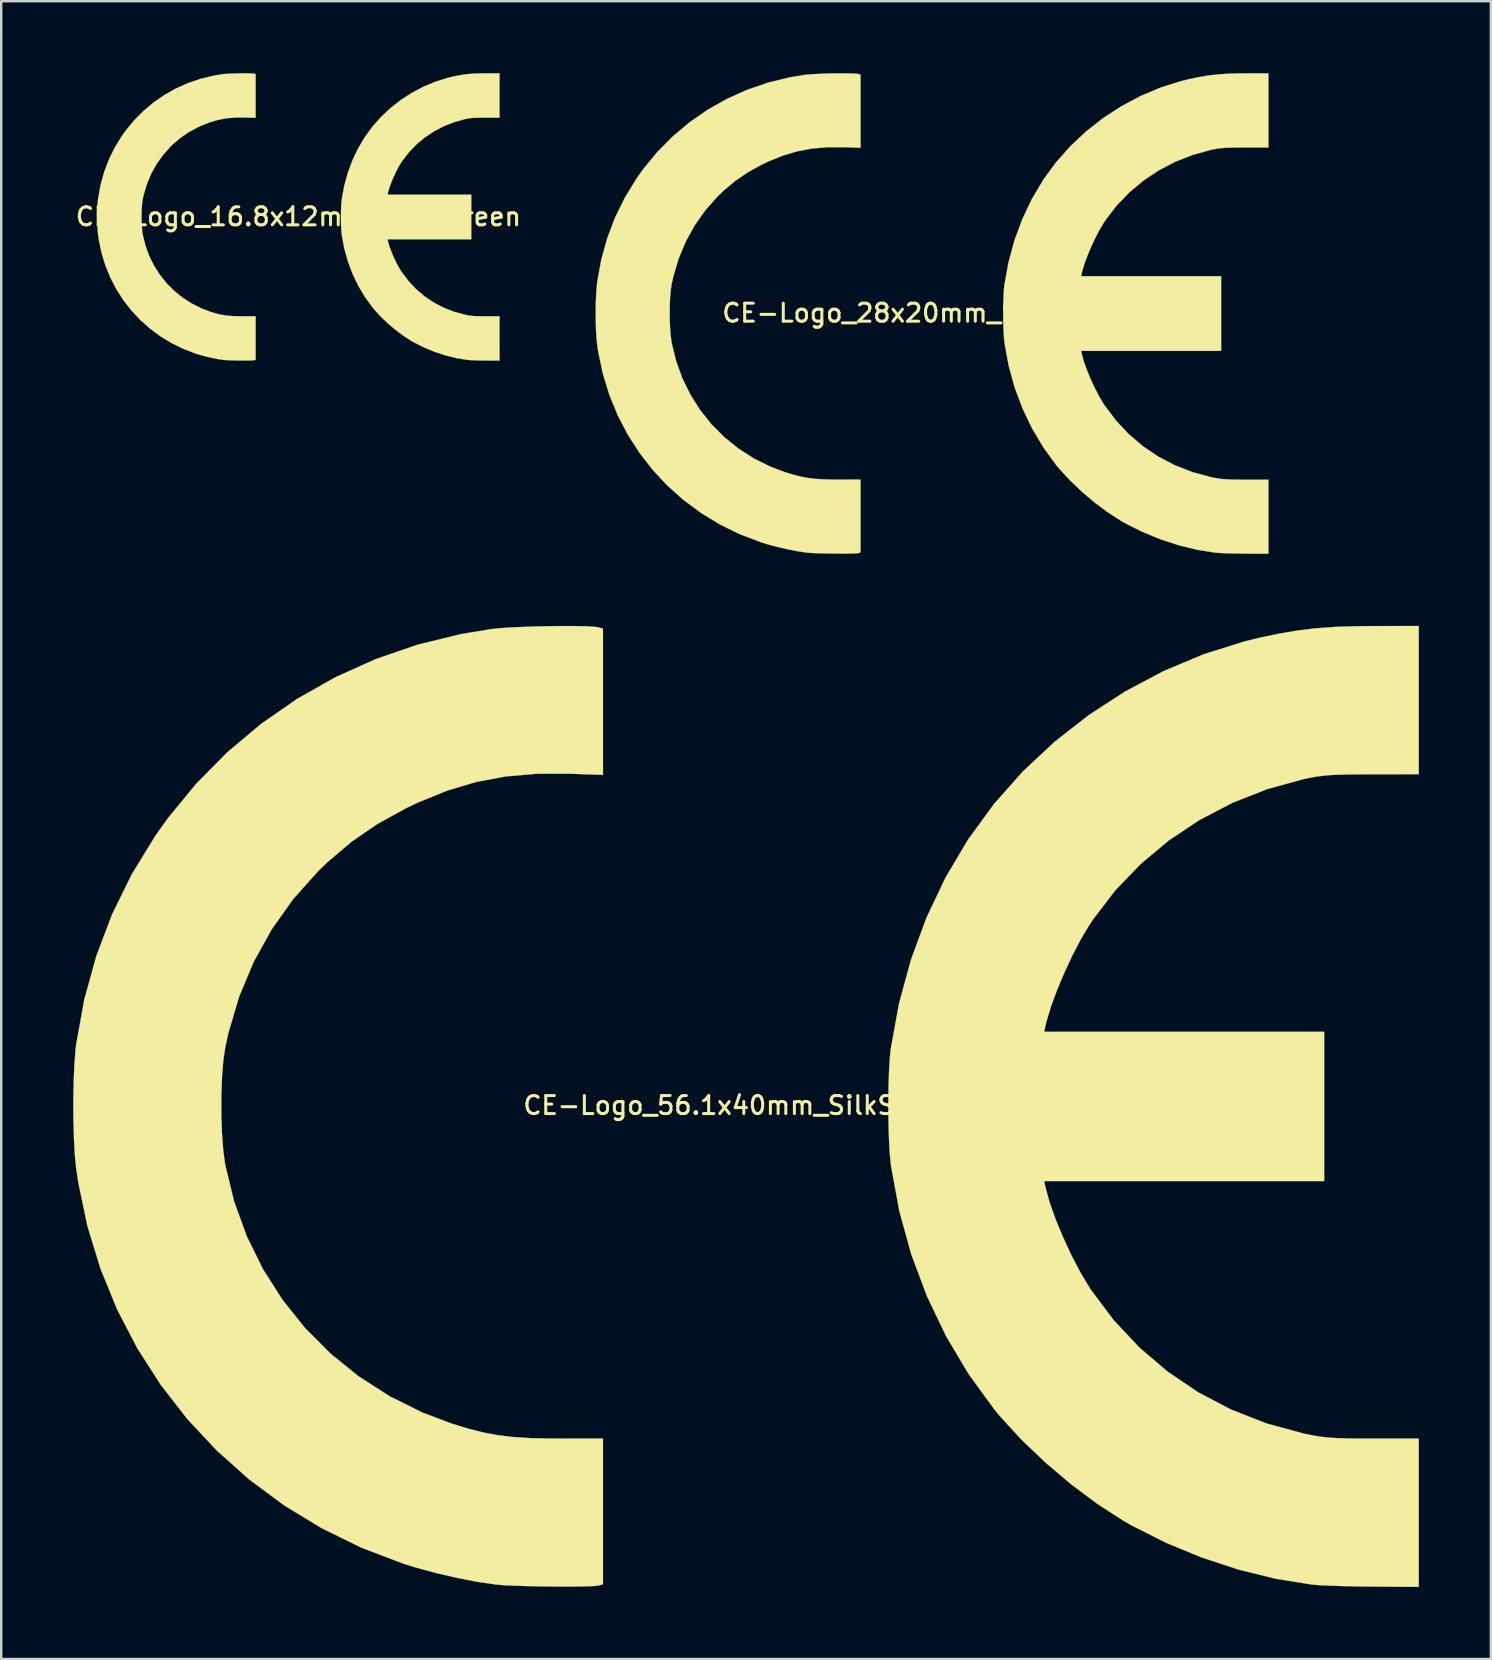
<source format=kicad_pcb>
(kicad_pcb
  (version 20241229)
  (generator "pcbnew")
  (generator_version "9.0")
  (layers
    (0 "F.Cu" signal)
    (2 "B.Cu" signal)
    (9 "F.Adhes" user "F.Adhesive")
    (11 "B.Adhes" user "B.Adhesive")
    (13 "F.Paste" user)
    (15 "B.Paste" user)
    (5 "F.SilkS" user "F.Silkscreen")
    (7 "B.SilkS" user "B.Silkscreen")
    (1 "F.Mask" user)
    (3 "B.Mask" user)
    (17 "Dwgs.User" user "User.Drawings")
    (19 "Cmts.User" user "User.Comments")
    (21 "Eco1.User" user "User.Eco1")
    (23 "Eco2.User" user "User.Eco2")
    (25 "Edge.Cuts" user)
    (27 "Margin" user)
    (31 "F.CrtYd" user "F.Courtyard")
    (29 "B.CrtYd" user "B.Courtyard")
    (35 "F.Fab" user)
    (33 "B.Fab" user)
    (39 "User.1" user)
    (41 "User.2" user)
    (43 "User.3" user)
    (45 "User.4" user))
  (footprint "CE-Logo_16.8x12mm_SilkScreen"
    (layer "F.Cu")
    (at 9.38 5.975)
    (property "Reference" "CE-Logo_16.8x12mm_SilkScreen" (at 0 0 0) (layer "F.SilkS") (effects (font (size 0.75 0.75) (thickness 0.125))))
    (attr exclude_from_pos_files exclude_from_bom allow_missing_courtyard)
    (fp_poly (pts (xy -2.1 -5.969) (xy -1.972 -5.966) (xy -1.88 -5.96) (xy -1.84 -5.954) (xy -1.781 -5.938) (xy -1.781 -4.116) (xy -2.195 -4.13) (xy -2.611 -4.13) (xy -2.995 -4.097) (xy -3.36 -4.028) (xy -3.718 -3.921) (xy -4.079 -3.775) (xy -4.229 -3.704) (xy -4.586 -3.508) (xy -4.908 -3.287) (xy -5.21 -3.032) (xy -5.327 -2.918) (xy -5.637 -2.571) (xy -5.906 -2.194) (xy -6.131 -1.789) (xy -6.311 -1.357) (xy -6.446 -0.903) (xy -6.486 -0.72) (xy -6.51 -0.554) (xy -6.526 -0.35) (xy -6.534 -0.123) (xy -6.534 0.113) (xy -6.526 0.344) (xy -6.51 0.555) (xy -6.487 0.733) (xy -6.484 0.746) (xy -6.374 1.199) (xy -6.217 1.631) (xy -6.015 2.039) (xy -5.773 2.421) (xy -5.491 2.773) (xy -5.173 3.092) (xy -4.821 3.376) (xy -4.438 3.622) (xy -4.027 3.827) (xy -3.663 3.964) (xy -3.459 4.026) (xy -3.272 4.074) (xy -3.088 4.108) (xy -2.896 4.131) (xy -2.682 4.144) (xy -2.433 4.149) (xy -2.324 4.15) (xy -1.781 4.149) (xy -1.781 5.964) (xy -1.84 5.98) (xy -1.89 5.986) (xy -1.983 5.99) (xy -2.109 5.992) (xy -2.259 5.993) (xy -2.422 5.992) (xy -2.591 5.99) (xy -2.753 5.986) (xy -2.902 5.981) (xy -3.025 5.975) (xy -3.115 5.968) (xy -3.116 5.967) (xy -3.34 5.935) (xy -3.592 5.886) (xy -3.855 5.825) (xy -4.107 5.757) (xy -4.268 5.708) (xy -4.791 5.508) (xy -5.287 5.264) (xy -5.754 4.98) (xy -6.19 4.656) (xy -6.593 4.297) (xy -6.96 3.903) (xy -7.29 3.478) (xy -7.581 3.024) (xy -7.831 2.543) (xy -8.038 2.037) (xy -8.2 1.509) (xy -8.315 0.961) (xy -8.341 0.786) (xy -8.358 0.618) (xy -8.37 0.412) (xy -8.376 0.182) (xy -8.377 -0.058) (xy -8.373 -0.293) (xy -8.364 -0.511) (xy -8.349 -0.696) (xy -8.341 -0.759) (xy -8.241 -1.319) (xy -8.091 -1.859) (xy -7.894 -2.38) (xy -7.649 -2.879) (xy -7.357 -3.355) (xy -7.201 -3.574) (xy -6.848 -4.005) (xy -6.46 -4.398) (xy -6.04 -4.751) (xy -5.59 -5.063) (xy -5.113 -5.333) (xy -4.612 -5.558) (xy -4.089 -5.738) (xy -3.547 -5.87) (xy -3.169 -5.933) (xy -3.065 -5.943) (xy -2.929 -5.952) (xy -2.77 -5.959) (xy -2.598 -5.965) (xy -2.422 -5.969) (xy -2.253 -5.97) (xy -2.1 -5.969)) (stroke (width 0.01) (type solid)) (fill yes) (layer "F.SilkS"))
    (fp_poly (pts (xy 8.379 -4.124) (xy 7.797 -4.124) (xy 7.595 -4.123) (xy 7.435 -4.12) (xy 7.308 -4.115) (xy 7.202 -4.107) (xy 7.108 -4.095) (xy 7.016 -4.079) (xy 6.948 -4.065) (xy 6.493 -3.939) (xy 6.059 -3.769) (xy 5.65 -3.555) (xy 5.268 -3.301) (xy 4.917 -3.008) (xy 4.601 -2.679) (xy 4.323 -2.317) (xy 4.275 -2.244) (xy 4.172 -2.072) (xy 4.067 -1.871) (xy 3.966 -1.655) (xy 3.875 -1.438) (xy 3.799 -1.232) (xy 3.745 -1.052) (xy 3.733 -1.002) (xy 3.714 -0.916) (xy 7.201 -0.916) (xy 7.201 0.943) (xy 3.714 0.943) (xy 3.733 1.028) (xy 3.782 1.209) (xy 3.857 1.418) (xy 3.949 1.643) (xy 4.054 1.868) (xy 4.166 2.081) (xy 4.277 2.268) (xy 4.296 2.297) (xy 4.581 2.676) (xy 4.9 3.016) (xy 5.251 3.316) (xy 5.634 3.574) (xy 6.044 3.79) (xy 6.482 3.961) (xy 6.944 4.087) (xy 6.955 4.089) (xy 7.06 4.11) (xy 7.155 4.126) (xy 7.254 4.137) (xy 7.365 4.144) (xy 7.5 4.148) (xy 7.67 4.15) (xy 7.81 4.15) (xy 8.379 4.15) (xy 8.379 5.996) (xy 7.81 5.993) (xy 7.628 5.991) (xy 7.45 5.987) (xy 7.288 5.982) (xy 7.154 5.976) (xy 7.058 5.969) (xy 7.044 5.967) (xy 6.598 5.896) (xy 6.139 5.783) (xy 5.68 5.632) (xy 5.233 5.448) (xy 4.811 5.236) (xy 4.7 5.172) (xy 4.377 4.964) (xy 4.048 4.718) (xy 3.728 4.447) (xy 3.429 4.161) (xy 3.164 3.871) (xy 3.092 3.784) (xy 2.772 3.345) (xy 2.493 2.875) (xy 2.255 2.377) (xy 2.06 1.858) (xy 1.911 1.32) (xy 1.809 0.77) (xy 1.804 0.733) (xy 1.791 0.591) (xy 1.781 0.412) (xy 1.775 0.208) (xy 1.773 -0.008) (xy 1.776 -0.222) (xy 1.782 -0.421) (xy 1.792 -0.592) (xy 1.804 -0.707) (xy 1.907 -1.271) (xy 2.056 -1.816) (xy 2.249 -2.34) (xy 2.486 -2.839) (xy 2.765 -3.309) (xy 3.085 -3.748) (xy 3.092 -3.757) (xy 3.449 -4.158) (xy 3.843 -4.528) (xy 4.269 -4.861) (xy 4.724 -5.156) (xy 5.201 -5.409) (xy 5.696 -5.617) (xy 6.204 -5.777) (xy 6.403 -5.826) (xy 6.648 -5.877) (xy 6.876 -5.915) (xy 7.101 -5.942) (xy 7.338 -5.959) (xy 7.602 -5.968) (xy 7.823 -5.97) (xy 8.379 -5.97) (xy 8.379 -4.124)) (stroke (width 0.01) (type solid)) (fill yes) (layer "F.SilkS")))
  (footprint "CE-Logo_28x20mm_SilkScreen"
    (layer "F.Cu")
    (at 35.776 9.99)
    (property "Reference" "CE-Logo_28x20mm_SilkScreen" (at 0 0 0) (layer "F.SilkS") (effects (font (size 0.75 0.75) (thickness 0.125))))
    (attr exclude_from_pos_files exclude_from_bom allow_missing_courtyard)
    (fp_poly (pts (xy -3.512 -9.983) (xy -3.298 -9.977) (xy -3.144 -9.968) (xy -3.076 -9.957) (xy -2.978 -9.931) (xy -2.978 -6.884) (xy -3.672 -6.908) (xy -4.366 -6.907) (xy -5.009 -6.851) (xy -5.62 -6.736) (xy -6.217 -6.558) (xy -6.822 -6.313) (xy -7.073 -6.194) (xy -7.67 -5.866) (xy -8.209 -5.497) (xy -8.713 -5.07) (xy -8.909 -4.88) (xy -9.428 -4.301) (xy -9.877 -3.669) (xy -10.253 -2.991) (xy -10.555 -2.27) (xy -10.78 -1.511) (xy -10.847 -1.204) (xy -10.887 -0.926) (xy -10.914 -0.585) (xy -10.927 -0.205) (xy -10.928 0.189) (xy -10.915 0.575) (xy -10.888 0.929) (xy -10.849 1.226) (xy -10.845 1.248) (xy -10.66 2.005) (xy -10.397 2.728) (xy -10.06 3.41) (xy -9.655 4.048) (xy -9.184 4.637) (xy -8.652 5.171) (xy -8.063 5.647) (xy -7.423 6.058) (xy -6.734 6.4) (xy -6.127 6.629) (xy -5.785 6.734) (xy -5.472 6.813) (xy -5.165 6.871) (xy -4.843 6.909) (xy -4.485 6.931) (xy -4.069 6.94) (xy -3.887 6.94) (xy -2.978 6.939) (xy -2.978 9.975) (xy -3.076 10.001) (xy -3.161 10.011) (xy -3.316 10.018) (xy -3.527 10.022) (xy -3.778 10.023) (xy -4.051 10.021) (xy -4.333 10.017) (xy -4.605 10.011) (xy -4.853 10.003) (xy -5.06 9.992) (xy -5.21 9.98) (xy -5.211 9.98) (xy -5.585 9.926) (xy -6.008 9.844) (xy -6.446 9.743) (xy -6.869 9.629) (xy -7.137 9.546) (xy -8.013 9.211) (xy -8.843 8.804) (xy -9.624 8.328) (xy -10.353 7.788) (xy -11.026 7.186) (xy -11.64 6.528) (xy -12.192 5.817) (xy -12.679 5.057) (xy -13.097 4.252) (xy -13.443 3.407) (xy -13.714 2.524) (xy -13.907 1.608) (xy -13.95 1.314) (xy -13.978 1.033) (xy -13.998 0.689) (xy -14.008 0.305) (xy -14.01 -0.096) (xy -14.003 -0.49) (xy -13.987 -0.854) (xy -13.963 -1.164) (xy -13.95 -1.27) (xy -13.782 -2.206) (xy -13.532 -3.11) (xy -13.202 -3.98) (xy -12.792 -4.814) (xy -12.304 -5.611) (xy -12.043 -5.978) (xy -11.453 -6.698) (xy -10.804 -7.354) (xy -10.101 -7.945) (xy -9.349 -8.467) (xy -8.551 -8.918) (xy -7.712 -9.296) (xy -6.838 -9.596) (xy -5.932 -9.818) (xy -5.3 -9.922) (xy -5.127 -9.939) (xy -4.899 -9.954) (xy -4.633 -9.967) (xy -4.345 -9.976) (xy -4.051 -9.982) (xy -3.768 -9.984) (xy -3.512 -9.983)) (stroke (width 0.01) (type solid)) (fill yes) (layer "F.SilkS"))
    (fp_poly (pts (xy 14.014 -8.441) (xy 14.014 -6.897) (xy 13.039 -6.896) (xy 12.702 -6.895) (xy 12.435 -6.891) (xy 12.221 -6.882) (xy 12.045 -6.869) (xy 11.887 -6.849) (xy 11.733 -6.822) (xy 11.621 -6.798) (xy 10.86 -6.588) (xy 10.134 -6.303) (xy 9.448 -5.945) (xy 8.81 -5.52) (xy 8.223 -5.03) (xy 7.695 -4.481) (xy 7.23 -3.875) (xy 7.149 -3.752) (xy 6.977 -3.465) (xy 6.802 -3.129) (xy 6.633 -2.768) (xy 6.481 -2.404) (xy 6.354 -2.061) (xy 6.263 -1.76) (xy 6.243 -1.675) (xy 6.212 -1.533) (xy 12.043 -1.533) (xy 12.043 1.577) (xy 6.212 1.577) (xy 6.243 1.719) (xy 6.326 2.021) (xy 6.45 2.372) (xy 6.605 2.747) (xy 6.781 3.125) (xy 6.967 3.481) (xy 7.153 3.794) (xy 7.185 3.841) (xy 7.661 4.475) (xy 8.194 5.044) (xy 8.782 5.545) (xy 9.422 5.978) (xy 10.109 6.338) (xy 10.841 6.625) (xy 11.614 6.835) (xy 11.632 6.839) (xy 11.806 6.874) (xy 11.967 6.9) (xy 12.131 6.919) (xy 12.317 6.931) (xy 12.543 6.938) (xy 12.827 6.941) (xy 13.061 6.941) (xy 14.014 6.941) (xy 14.014 10.029) (xy 13.061 10.023) (xy 12.757 10.019) (xy 12.46 10.013) (xy 12.189 10.004) (xy 11.964 9.994) (xy 11.804 9.982) (xy 11.78 9.98) (xy 11.034 9.86) (xy 10.267 9.671) (xy 9.499 9.419) (xy 8.752 9.112) (xy 8.046 8.756) (xy 7.861 8.65) (xy 7.32 8.301) (xy 6.77 7.89) (xy 6.235 7.436) (xy 5.735 6.958) (xy 5.292 6.475) (xy 5.171 6.328) (xy 4.637 5.595) (xy 4.169 4.808) (xy 3.771 3.976) (xy 3.445 3.107) (xy 3.196 2.208) (xy 3.026 1.288) (xy 3.018 1.226) (xy 2.995 0.989) (xy 2.978 0.689) (xy 2.969 0.347) (xy 2.966 -0.013) (xy 2.969 -0.371) (xy 2.98 -0.704) (xy 2.997 -0.991) (xy 3.017 -1.182) (xy 3.189 -2.126) (xy 3.438 -3.038) (xy 3.762 -3.913) (xy 4.158 -4.747) (xy 4.625 -5.534) (xy 5.159 -6.269) (xy 5.171 -6.283) (xy 5.768 -6.955) (xy 6.427 -7.572) (xy 7.14 -8.129) (xy 7.9 -8.622) (xy 8.698 -9.045) (xy 9.526 -9.394) (xy 10.376 -9.662) (xy 10.708 -9.743) (xy 11.118 -9.829) (xy 11.499 -9.893) (xy 11.876 -9.938) (xy 12.273 -9.966) (xy 12.714 -9.981) (xy 13.083 -9.984) (xy 14.014 -9.985) (xy 14.014 -8.441)) (stroke (width 0.01) (type solid)) (fill yes) (layer "F.SilkS")))
  (footprint "CE-Logo_56.1x40mm_SilkScreen"
    (layer "F.Cu")
    (at 28.025 42.998)
    (property "Reference" "CE-Logo_56.1x40mm_SilkScreen" (at 0 0 0) (layer "F.SilkS") (effects (font (size 0.75 0.75) (thickness 0.125))))
    (attr exclude_from_pos_files exclude_from_bom allow_missing_courtyard)
    (fp_poly (pts (xy -7.023 -19.966) (xy -6.596 -19.955) (xy -6.288 -19.935) (xy -6.153 -19.914) (xy -5.956 -19.862) (xy -5.956 -13.768) (xy -7.343 -13.816) (xy -8.732 -13.814) (xy -10.018 -13.702) (xy -11.239 -13.473) (xy -12.435 -13.117) (xy -13.644 -12.626) (xy -14.145 -12.388) (xy -15.341 -11.732) (xy -16.417 -10.995) (xy -17.426 -10.14) (xy -17.819 -9.761) (xy -18.856 -8.601) (xy -19.753 -7.339) (xy -20.506 -5.982) (xy -21.11 -4.541) (xy -21.56 -3.021) (xy -21.694 -2.409) (xy -21.774 -1.852) (xy -21.828 -1.17) (xy -21.855 -0.411) (xy -21.855 0.379) (xy -21.829 1.151) (xy -21.776 1.858) (xy -21.697 2.451) (xy -21.689 2.496) (xy -21.319 4.011) (xy -20.794 5.455) (xy -20.121 6.82) (xy -19.309 8.097) (xy -18.367 9.274) (xy -17.304 10.343) (xy -16.127 11.293) (xy -14.846 12.115) (xy -13.468 12.8) (xy -12.253 13.258) (xy -11.57 13.467) (xy -10.943 13.626) (xy -10.329 13.741) (xy -9.685 13.817) (xy -8.969 13.862) (xy -8.138 13.879) (xy -7.773 13.88) (xy -5.956 13.878) (xy -5.956 19.949) (xy -6.153 20.002) (xy -6.321 20.022) (xy -6.632 20.036) (xy -7.054 20.043) (xy -7.555 20.046) (xy -8.103 20.043) (xy -8.665 20.035) (xy -9.21 20.022) (xy -9.705 20.005) (xy -10.119 19.985) (xy -10.419 19.96) (xy -10.423 19.96) (xy -11.171 19.851) (xy -12.016 19.688) (xy -12.893 19.485) (xy -13.737 19.257) (xy -14.274 19.091) (xy -16.026 18.422) (xy -17.686 17.608) (xy -19.248 16.656) (xy -20.705 15.575) (xy -22.051 14.372) (xy -23.28 13.056) (xy -24.384 11.634) (xy -25.358 10.114) (xy -26.194 8.505) (xy -26.886 6.813) (xy -27.428 5.048) (xy -27.813 3.216) (xy -27.901 2.628) (xy -27.957 2.066) (xy -27.995 1.378) (xy -28.016 0.609) (xy -28.02 -0.193) (xy -28.006 -0.981) (xy -27.975 -1.708) (xy -27.926 -2.327) (xy -27.901 -2.54) (xy -27.564 -4.411) (xy -27.064 -6.219) (xy -26.404 -7.96) (xy -25.585 -9.629) (xy -24.608 -11.222) (xy -24.086 -11.956) (xy -22.906 -13.395) (xy -21.608 -14.709) (xy -20.202 -15.89) (xy -18.697 -16.935) (xy -17.102 -17.837) (xy -15.425 -18.591) (xy -13.676 -19.192) (xy -11.864 -19.635) (xy -10.601 -19.843) (xy -10.253 -19.879) (xy -9.797 -19.909) (xy -9.265 -19.933) (xy -8.689 -19.952) (xy -8.102 -19.964) (xy -7.536 -19.969) (xy -7.023 -19.966)) (stroke (width 0.01) (type solid)) (fill yes) (layer "F.SilkS"))
    (fp_poly (pts (xy 28.028 -16.882) (xy 28.028 -13.795) (xy 26.079 -13.793) (xy 25.404 -13.79) (xy 24.87 -13.782) (xy 24.443 -13.765) (xy 24.089 -13.738) (xy 23.775 -13.698) (xy 23.466 -13.643) (xy 23.241 -13.596) (xy 21.719 -13.177) (xy 20.267 -12.606) (xy 18.897 -11.891) (xy 17.619 -11.04) (xy 16.446 -10.061) (xy 15.389 -8.962) (xy 14.461 -7.75) (xy 14.298 -7.505) (xy 13.955 -6.929) (xy 13.605 -6.258) (xy 13.267 -5.536) (xy 12.961 -4.809) (xy 12.708 -4.121) (xy 12.526 -3.52) (xy 12.485 -3.35) (xy 12.423 -3.066) (xy 24.086 -3.066) (xy 24.086 3.153) (xy 12.423 3.153) (xy 12.485 3.438) (xy 12.651 4.043) (xy 12.899 4.744) (xy 13.21 5.494) (xy 13.561 6.249) (xy 13.934 6.962) (xy 14.307 7.587) (xy 14.369 7.682) (xy 15.321 8.95) (xy 16.388 10.087) (xy 17.565 11.091) (xy 18.843 11.955) (xy 20.218 12.676) (xy 21.681 13.249) (xy 23.227 13.67) (xy 23.265 13.678) (xy 23.613 13.749) (xy 23.934 13.801) (xy 24.262 13.838) (xy 24.635 13.862) (xy 25.087 13.875) (xy 25.654 13.881) (xy 26.123 13.882) (xy 28.028 13.882) (xy 28.028 20.057) (xy 26.123 20.046) (xy 25.514 20.039) (xy 24.92 20.026) (xy 24.378 20.009) (xy 23.928 19.988) (xy 23.607 19.965) (xy 23.561 19.96) (xy 22.068 19.72) (xy 20.533 19.342) (xy 18.998 18.838) (xy 17.503 18.223) (xy 16.092 17.512) (xy 15.722 17.301) (xy 14.639 16.602) (xy 13.541 15.781) (xy 12.47 14.873) (xy 11.469 13.917) (xy 10.583 12.949) (xy 10.341 12.656) (xy 9.273 11.189) (xy 8.338 9.616) (xy 7.541 7.952) (xy 6.89 6.214) (xy 6.392 4.417) (xy 6.052 2.576) (xy 6.035 2.452) (xy 5.989 1.978) (xy 5.957 1.377) (xy 5.937 0.695) (xy 5.931 -0.026) (xy 5.939 -0.742) (xy 5.96 -1.408) (xy 5.994 -1.981) (xy 6.034 -2.365) (xy 6.378 -4.251) (xy 6.876 -6.075) (xy 7.524 -7.827) (xy 8.316 -9.495) (xy 9.25 -11.069) (xy 10.319 -12.537) (xy 10.341 -12.566) (xy 11.535 -13.909) (xy 12.854 -15.144) (xy 14.281 -16.259) (xy 15.8 -17.245) (xy 17.396 -18.091) (xy 19.052 -18.787) (xy 20.751 -19.324) (xy 21.415 -19.486) (xy 22.236 -19.657) (xy 22.998 -19.785) (xy 23.752 -19.875) (xy 24.545 -19.933) (xy 25.428 -19.962) (xy 26.166 -19.968) (xy 28.028 -19.97) (xy 28.028 -16.882)) (stroke (width 0.01) (type solid)) (fill yes) (layer "F.SilkS")))
  (gr_rect
    (start -3 -3)
    (end 59.057 66.06)
    (stroke (width 0.1) (type default))
    (fill no)
    (layer "Edge.Cuts")))
</source>
